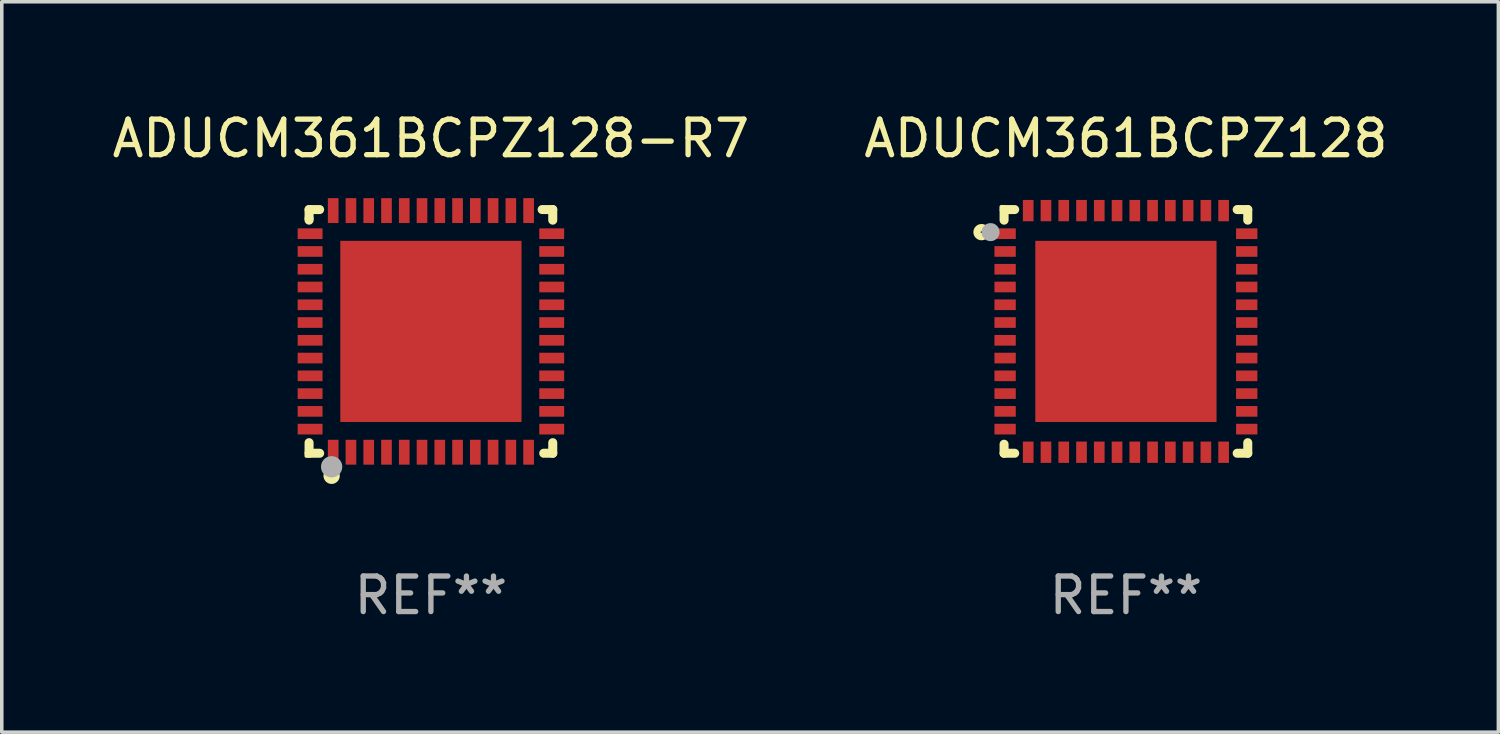
<source format=kicad_pcb>
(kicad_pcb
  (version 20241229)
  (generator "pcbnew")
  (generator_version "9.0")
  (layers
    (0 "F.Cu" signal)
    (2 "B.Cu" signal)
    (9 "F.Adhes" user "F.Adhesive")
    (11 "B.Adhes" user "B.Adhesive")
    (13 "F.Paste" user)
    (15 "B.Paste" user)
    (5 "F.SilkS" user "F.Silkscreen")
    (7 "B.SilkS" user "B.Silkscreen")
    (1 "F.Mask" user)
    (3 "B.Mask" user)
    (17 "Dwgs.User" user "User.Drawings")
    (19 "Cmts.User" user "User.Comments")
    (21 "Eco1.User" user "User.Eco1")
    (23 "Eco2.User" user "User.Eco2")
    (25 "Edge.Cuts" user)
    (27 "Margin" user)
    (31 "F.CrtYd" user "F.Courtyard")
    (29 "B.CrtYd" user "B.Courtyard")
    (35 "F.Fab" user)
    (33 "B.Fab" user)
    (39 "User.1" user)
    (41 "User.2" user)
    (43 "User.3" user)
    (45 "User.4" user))
  (footprint "ADUCM361BCPZ128"
    (layer "F.Cu")
    (at 28.637 6.277)
    (property "Reference" "ADUCM361BCPZ128" (at 0 -5.429 0) (layer "F.SilkS") (effects (font (size 1 1) (thickness 0.15))))
    (attr through_hole)
    (fp_line (start -3.429 -3.429) (end -3.429 -3.131) (stroke (width 0.254) (type solid)) (layer "F.SilkS"))
    (fp_line (start -3.429 3.429) (end -3.429 3.175) (stroke (width 0.254) (type solid)) (layer "F.SilkS"))
    (fp_line (start -3.131 -3.429) (end -3.429 -3.429) (stroke (width 0.254) (type solid)) (layer "F.SilkS"))
    (fp_line (start -3.131 3.429) (end -3.429 3.429) (stroke (width 0.254) (type solid)) (layer "F.SilkS"))
    (fp_line (start 3.175 -3.429) (end 3.131 -3.429) (stroke (width 0.254) (type solid)) (layer "F.SilkS"))
    (fp_line (start 3.429 -3.429) (end 3.175 -3.429) (stroke (width 0.254) (type solid)) (layer "F.SilkS"))
    (fp_line (start 3.429 -3.131) (end 3.429 -3.429) (stroke (width 0.254) (type solid)) (layer "F.SilkS"))
    (fp_line (start 3.429 3.131) (end 3.429 3.429) (stroke (width 0.254) (type solid)) (layer "F.SilkS"))
    (fp_line (start 3.429 3.429) (end 3.131 3.429) (stroke (width 0.254) (type solid)) (layer "F.SilkS"))
    (fp_circle (center -4.064 -2.794) (end -3.937 -2.794) (stroke (width 0.204) (type solid)) (fill no) (layer "F.SilkS"))
    (fp_circle (center -3.501 -3.501) (end -3.471 -3.501) (stroke (width 0.06) (type solid)) (fill no) (layer "F.SilkS"))
    (fp_circle (center -3.81 -2.794) (end -3.683 -2.794) (stroke (width 0.254) (type solid)) (fill no) (layer "F.Fab"))
    (fp_text user "REF**" (at 0 7.429 0) (layer "F.Fab") (effects (font (size 1 1) (thickness 0.15))))
    (pad "1" smd rect (at -3.4 -2.75) (size 0.6 0.3) (layers "F.Cu" "F.Mask" "F.Paste"))
    (pad "2" smd rect (at -3.4 -2.25) (size 0.6 0.3) (layers "F.Cu" "F.Mask" "F.Paste"))
    (pad "3" smd rect (at -3.4 -1.75) (size 0.6 0.3) (layers "F.Cu" "F.Mask" "F.Paste"))
    (pad "4" smd rect (at -3.4 -1.25) (size 0.6 0.3) (layers "F.Cu" "F.Mask" "F.Paste"))
    (pad "5" smd rect (at -3.4 -0.75) (size 0.6 0.3) (layers "F.Cu" "F.Mask" "F.Paste"))
    (pad "6" smd rect (at -3.4 -0.25) (size 0.6 0.3) (layers "F.Cu" "F.Mask" "F.Paste"))
    (pad "7" smd rect (at -3.4 0.25) (size 0.6 0.3) (layers "F.Cu" "F.Mask" "F.Paste"))
    (pad "8" smd rect (at -3.4 0.75) (size 0.6 0.3) (layers "F.Cu" "F.Mask" "F.Paste"))
    (pad "9" smd rect (at -3.4 1.25) (size 0.6 0.3) (layers "F.Cu" "F.Mask" "F.Paste"))
    (pad "10" smd rect (at -3.4 1.75) (size 0.6 0.3) (layers "F.Cu" "F.Mask" "F.Paste"))
    (pad "11" smd rect (at -3.4 2.25) (size 0.6 0.3) (layers "F.Cu" "F.Mask" "F.Paste"))
    (pad "12" smd rect (at -3.4 2.75) (size 0.6 0.3) (layers "F.Cu" "F.Mask" "F.Paste"))
    (pad "13" smd rect (at -2.75 3.4) (size 0.3 0.6) (layers "F.Cu" "F.Mask" "F.Paste"))
    (pad "14" smd rect (at -2.25 3.4) (size 0.3 0.6) (layers "F.Cu" "F.Mask" "F.Paste"))
    (pad "15" smd rect (at -1.75 3.4) (size 0.3 0.6) (layers "F.Cu" "F.Mask" "F.Paste"))
    (pad "16" smd rect (at -1.25 3.4) (size 0.3 0.6) (layers "F.Cu" "F.Mask" "F.Paste"))
    (pad "17" smd rect (at -0.75 3.4) (size 0.3 0.6) (layers "F.Cu" "F.Mask" "F.Paste"))
    (pad "18" smd rect (at -0.25 3.4) (size 0.3 0.6) (layers "F.Cu" "F.Mask" "F.Paste"))
    (pad "19" smd rect (at 0.25 3.4) (size 0.3 0.6) (layers "F.Cu" "F.Mask" "F.Paste"))
    (pad "20" smd rect (at 0.75 3.4) (size 0.3 0.6) (layers "F.Cu" "F.Mask" "F.Paste"))
    (pad "21" smd rect (at 1.25 3.4) (size 0.3 0.6) (layers "F.Cu" "F.Mask" "F.Paste"))
    (pad "22" smd rect (at 1.75 3.4) (size 0.3 0.6) (layers "F.Cu" "F.Mask" "F.Paste"))
    (pad "23" smd rect (at 2.25 3.4) (size 0.3 0.6) (layers "F.Cu" "F.Mask" "F.Paste"))
    (pad "24" smd rect (at 2.75 3.4) (size 0.3 0.6) (layers "F.Cu" "F.Mask" "F.Paste"))
    (pad "25" smd rect (at 3.4 2.75) (size 0.6 0.3) (layers "F.Cu" "F.Mask" "F.Paste"))
    (pad "26" smd rect (at 3.4 2.25) (size 0.6 0.3) (layers "F.Cu" "F.Mask" "F.Paste"))
    (pad "27" smd rect (at 3.4 1.75) (size 0.6 0.3) (layers "F.Cu" "F.Mask" "F.Paste"))
    (pad "28" smd rect (at 3.4 1.25) (size 0.6 0.3) (layers "F.Cu" "F.Mask" "F.Paste"))
    (pad "29" smd rect (at 3.4 0.75) (size 0.6 0.3) (layers "F.Cu" "F.Mask" "F.Paste"))
    (pad "30" smd rect (at 3.4 0.25) (size 0.6 0.3) (layers "F.Cu" "F.Mask" "F.Paste"))
    (pad "31" smd rect (at 3.4 -0.25) (size 0.6 0.3) (layers "F.Cu" "F.Mask" "F.Paste"))
    (pad "32" smd rect (at 3.4 -0.75) (size 0.6 0.3) (layers "F.Cu" "F.Mask" "F.Paste"))
    (pad "33" smd rect (at 3.4 -1.25) (size 0.6 0.3) (layers "F.Cu" "F.Mask" "F.Paste"))
    (pad "34" smd rect (at 3.4 -1.75) (size 0.6 0.3) (layers "F.Cu" "F.Mask" "F.Paste"))
    (pad "35" smd rect (at 3.4 -2.25) (size 0.6 0.3) (layers "F.Cu" "F.Mask" "F.Paste"))
    (pad "36" smd rect (at 3.4 -2.75) (size 0.6 0.3) (layers "F.Cu" "F.Mask" "F.Paste"))
    (pad "37" smd rect (at 2.75 -3.4) (size 0.3 0.6) (layers "F.Cu" "F.Mask" "F.Paste"))
    (pad "38" smd rect (at 2.25 -3.4) (size 0.3 0.6) (layers "F.Cu" "F.Mask" "F.Paste"))
    (pad "39" smd rect (at 1.75 -3.4) (size 0.3 0.6) (layers "F.Cu" "F.Mask" "F.Paste"))
    (pad "40" smd rect (at 1.25 -3.4) (size 0.3 0.6) (layers "F.Cu" "F.Mask" "F.Paste"))
    (pad "41" smd rect (at 0.75 -3.4) (size 0.3 0.6) (layers "F.Cu" "F.Mask" "F.Paste"))
    (pad "42" smd rect (at 0.25 -3.4) (size 0.3 0.6) (layers "F.Cu" "F.Mask" "F.Paste"))
    (pad "43" smd rect (at -0.25 -3.4) (size 0.3 0.6) (layers "F.Cu" "F.Mask" "F.Paste"))
    (pad "44" smd rect (at -0.75 -3.4) (size 0.3 0.6) (layers "F.Cu" "F.Mask" "F.Paste"))
    (pad "45" smd rect (at -1.25 -3.4) (size 0.3 0.6) (layers "F.Cu" "F.Mask" "F.Paste"))
    (pad "46" smd rect (at -1.75 -3.4) (size 0.3 0.6) (layers "F.Cu" "F.Mask" "F.Paste"))
    (pad "47" smd rect (at -2.25 -3.4) (size 0.3 0.6) (layers "F.Cu" "F.Mask" "F.Paste"))
    (pad "48" smd rect (at -2.75 -3.4) (size 0.3 0.6) (layers "F.Cu" "F.Mask" "F.Paste"))
    (pad "49" smd rect (at -0.000025 -0.000025 270) (size 5.1 5.1) (layers "F.Cu" "F.Mask" "F.Paste")))
  (footprint "ADUCM361BCPZ128-R7"
    (layer "F.Cu")
    (at 9.077 6.277)
    (property "Reference" "ADUCM361BCPZ128-R7" (at 0 -5.429 0) (layer "F.SilkS") (effects (font (size 1 1) (thickness 0.15))))
    (attr through_hole)
    (fp_line (start -3.429 -3.429) (end -3.429 -3.175) (stroke (width 0.254) (type solid)) (layer "F.SilkS"))
    (fp_line (start -3.429 -3.175) (end -3.429 -3.131) (stroke (width 0.254) (type solid)) (layer "F.SilkS"))
    (fp_line (start -3.429 3.131) (end -3.429 3.429) (stroke (width 0.254) (type solid)) (layer "F.SilkS"))
    (fp_line (start -3.429 3.429) (end -3.131 3.429) (stroke (width 0.254) (type solid)) (layer "F.SilkS"))
    (fp_line (start -3.131 -3.429) (end -3.429 -3.429) (stroke (width 0.254) (type solid)) (layer "F.SilkS"))
    (fp_line (start 3.131 -3.429) (end 3.429 -3.429) (stroke (width 0.254) (type solid)) (layer "F.SilkS"))
    (fp_line (start 3.429 -3.429) (end 3.429 -3.131) (stroke (width 0.254) (type solid)) (layer "F.SilkS"))
    (fp_line (start 3.429 3.131) (end 3.429 3.429) (stroke (width 0.254) (type solid)) (layer "F.SilkS"))
    (fp_line (start 3.429 3.429) (end 3.175 3.429) (stroke (width 0.254) (type solid)) (layer "F.SilkS"))
    (fp_circle (center -3.5 3.5) (end -3.47 3.5) (stroke (width 0.06) (type solid)) (fill no) (layer "F.SilkS"))
    (fp_circle (center -2.794 4.064) (end -2.667 4.064) (stroke (width 0.204) (type solid)) (fill no) (layer "F.SilkS"))
    (fp_circle (center -2.794 3.81) (end -2.644 3.81) (stroke (width 0.3) (type solid)) (fill no) (layer "F.Fab"))
    (fp_text user "REF**" (at 0 7.429 0) (layer "F.Fab") (effects (font (size 1 1) (thickness 0.15))))
    (pad "1" smd rect (at -2.75 3.4) (size 0.3 0.7) (layers "F.Cu" "F.Mask" "F.Paste"))
    (pad "2" smd rect (at -2.25 3.4) (size 0.3 0.7) (layers "F.Cu" "F.Mask" "F.Paste"))
    (pad "3" smd rect (at -1.75 3.4) (size 0.3 0.7) (layers "F.Cu" "F.Mask" "F.Paste"))
    (pad "4" smd rect (at -1.25 3.4) (size 0.3 0.7) (layers "F.Cu" "F.Mask" "F.Paste"))
    (pad "5" smd rect (at -0.75 3.4) (size 0.3 0.7) (layers "F.Cu" "F.Mask" "F.Paste"))
    (pad "6" smd rect (at -0.25 3.4) (size 0.3 0.7) (layers "F.Cu" "F.Mask" "F.Paste"))
    (pad "7" smd rect (at 0.25 3.4) (size 0.3 0.7) (layers "F.Cu" "F.Mask" "F.Paste"))
    (pad "8" smd rect (at 0.75 3.4) (size 0.3 0.7) (layers "F.Cu" "F.Mask" "F.Paste"))
    (pad "9" smd rect (at 1.25 3.4) (size 0.3 0.7) (layers "F.Cu" "F.Mask" "F.Paste"))
    (pad "10" smd rect (at 1.75 3.4) (size 0.3 0.7) (layers "F.Cu" "F.Mask" "F.Paste"))
    (pad "11" smd rect (at 2.25 3.4) (size 0.3 0.7) (layers "F.Cu" "F.Mask" "F.Paste"))
    (pad "12" smd rect (at 2.75 3.4) (size 0.3 0.7) (layers "F.Cu" "F.Mask" "F.Paste"))
    (pad "13" smd rect (at 3.4 2.75) (size 0.7 0.3) (layers "F.Cu" "F.Mask" "F.Paste"))
    (pad "14" smd rect (at 3.4 2.25) (size 0.7 0.3) (layers "F.Cu" "F.Mask" "F.Paste"))
    (pad "15" smd rect (at 3.4 1.75) (size 0.7 0.3) (layers "F.Cu" "F.Mask" "F.Paste"))
    (pad "16" smd rect (at 3.4 1.25) (size 0.7 0.3) (layers "F.Cu" "F.Mask" "F.Paste"))
    (pad "17" smd rect (at 3.4 0.75) (size 0.7 0.3) (layers "F.Cu" "F.Mask" "F.Paste"))
    (pad "18" smd rect (at 3.4 0.25) (size 0.7 0.3) (layers "F.Cu" "F.Mask" "F.Paste"))
    (pad "19" smd rect (at 3.4 -0.25) (size 0.7 0.3) (layers "F.Cu" "F.Mask" "F.Paste"))
    (pad "20" smd rect (at 3.4 -0.75) (size 0.7 0.3) (layers "F.Cu" "F.Mask" "F.Paste"))
    (pad "21" smd rect (at 3.4 -1.25) (size 0.7 0.3) (layers "F.Cu" "F.Mask" "F.Paste"))
    (pad "22" smd rect (at 3.4 -1.75) (size 0.7 0.3) (layers "F.Cu" "F.Mask" "F.Paste"))
    (pad "23" smd rect (at 3.4 -2.25) (size 0.7 0.3) (layers "F.Cu" "F.Mask" "F.Paste"))
    (pad "24" smd rect (at 3.4 -2.75) (size 0.7 0.3) (layers "F.Cu" "F.Mask" "F.Paste"))
    (pad "25" smd rect (at 2.75 -3.4) (size 0.3 0.7) (layers "F.Cu" "F.Mask" "F.Paste"))
    (pad "26" smd rect (at 2.25 -3.4) (size 0.3 0.7) (layers "F.Cu" "F.Mask" "F.Paste"))
    (pad "27" smd rect (at 1.75 -3.4) (size 0.3 0.7) (layers "F.Cu" "F.Mask" "F.Paste"))
    (pad "28" smd rect (at 1.25 -3.4) (size 0.3 0.7) (layers "F.Cu" "F.Mask" "F.Paste"))
    (pad "29" smd rect (at 0.75 -3.4) (size 0.3 0.7) (layers "F.Cu" "F.Mask" "F.Paste"))
    (pad "30" smd rect (at 0.25 -3.4) (size 0.3 0.7) (layers "F.Cu" "F.Mask" "F.Paste"))
    (pad "31" smd rect (at -0.25 -3.4) (size 0.3 0.7) (layers "F.Cu" "F.Mask" "F.Paste"))
    (pad "32" smd rect (at -0.75 -3.4) (size 0.3 0.7) (layers "F.Cu" "F.Mask" "F.Paste"))
    (pad "33" smd rect (at -1.25 -3.4) (size 0.3 0.7) (layers "F.Cu" "F.Mask" "F.Paste"))
    (pad "34" smd rect (at -1.75 -3.4) (size 0.3 0.7) (layers "F.Cu" "F.Mask" "F.Paste"))
    (pad "35" smd rect (at -2.25 -3.4) (size 0.3 0.7) (layers "F.Cu" "F.Mask" "F.Paste"))
    (pad "36" smd rect (at -2.75 -3.4) (size 0.3 0.7) (layers "F.Cu" "F.Mask" "F.Paste"))
    (pad "37" smd rect (at -3.4 -2.75) (size 0.7 0.3) (layers "F.Cu" "F.Mask" "F.Paste"))
    (pad "38" smd rect (at -3.4 -2.25) (size 0.7 0.3) (layers "F.Cu" "F.Mask" "F.Paste"))
    (pad "39" smd rect (at -3.4 -1.75) (size 0.7 0.3) (layers "F.Cu" "F.Mask" "F.Paste"))
    (pad "40" smd rect (at -3.4 -1.25) (size 0.7 0.3) (layers "F.Cu" "F.Mask" "F.Paste"))
    (pad "41" smd rect (at -3.4 -0.75) (size 0.7 0.3) (layers "F.Cu" "F.Mask" "F.Paste"))
    (pad "42" smd rect (at -3.4 -0.25) (size 0.7 0.3) (layers "F.Cu" "F.Mask" "F.Paste"))
    (pad "43" smd rect (at -3.4 0.25) (size 0.7 0.3) (layers "F.Cu" "F.Mask" "F.Paste"))
    (pad "44" smd rect (at -3.4 0.75) (size 0.7 0.3) (layers "F.Cu" "F.Mask" "F.Paste"))
    (pad "45" smd rect (at -3.4 1.25) (size 0.7 0.3) (layers "F.Cu" "F.Mask" "F.Paste"))
    (pad "46" smd rect (at -3.4 1.75) (size 0.7 0.3) (layers "F.Cu" "F.Mask" "F.Paste"))
    (pad "47" smd rect (at -3.4 2.25) (size 0.7 0.3) (layers "F.Cu" "F.Mask" "F.Paste"))
    (pad "48" smd rect (at -3.4 2.75) (size 0.7 0.3) (layers "F.Cu" "F.Mask" "F.Paste"))
    (pad "49" smd rect (at 0 0) (size 5.1 5.1) (layers "F.Cu" "F.Mask" "F.Paste")))
  (gr_rect
    (start -3 -3)
    (end 39.119 17.555)
    (stroke (width 0.1) (type default))
    (fill no)
    (layer "Edge.Cuts")))
</source>
